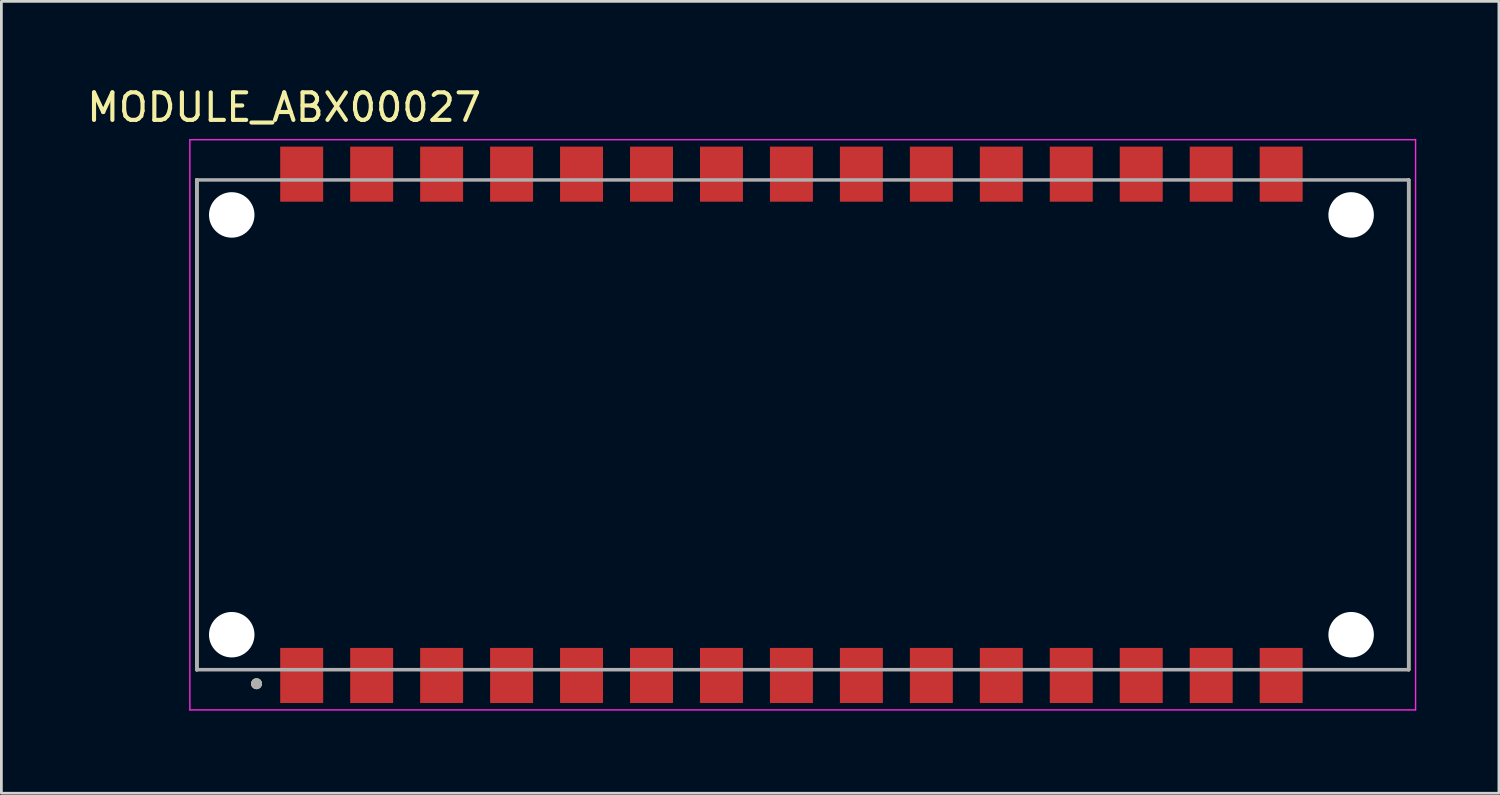
<source format=kicad_pcb>
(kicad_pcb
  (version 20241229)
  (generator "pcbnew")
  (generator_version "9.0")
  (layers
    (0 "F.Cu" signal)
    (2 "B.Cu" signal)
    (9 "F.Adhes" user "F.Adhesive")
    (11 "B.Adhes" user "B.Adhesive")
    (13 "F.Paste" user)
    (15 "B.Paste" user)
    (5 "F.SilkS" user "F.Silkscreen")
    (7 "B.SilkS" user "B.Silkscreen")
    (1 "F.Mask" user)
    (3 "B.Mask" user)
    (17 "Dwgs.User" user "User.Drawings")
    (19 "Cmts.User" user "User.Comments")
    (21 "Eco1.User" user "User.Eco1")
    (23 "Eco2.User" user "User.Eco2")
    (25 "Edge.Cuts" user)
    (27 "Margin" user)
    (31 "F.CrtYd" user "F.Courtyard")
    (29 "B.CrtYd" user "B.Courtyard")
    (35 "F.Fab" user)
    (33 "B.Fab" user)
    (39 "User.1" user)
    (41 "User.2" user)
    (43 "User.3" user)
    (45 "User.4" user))
  (footprint "MODULE_ABX00027"
    (layer "F.Cu")
    (at 26.093 12.373)
    (property "Reference" "MODULE_ABX00027" (at -18.825 -11.525 0) (layer "F.SilkS") (effects (font (size 1 1) (thickness 0.15))))
    (attr through_hole)
    (fp_line (start -22 -8.89) (end -22 8.89) (stroke (width 0.127) (type solid)) (layer "F.SilkS"))
    (fp_line (start 22 8.89) (end 22 -8.89) (stroke (width 0.127) (type solid)) (layer "F.SilkS"))
    (fp_circle (center -19.83 9.4) (end -19.73 9.4) (stroke (width 0.2) (type solid)) (fill no) (layer "F.SilkS"))
    (fp_line (start -22.25 -10.35) (end -22.25 10.35) (stroke (width 0.05) (type solid)) (layer "F.CrtYd"))
    (fp_line (start -22.25 10.35) (end 22.25 10.35) (stroke (width 0.05) (type solid)) (layer "F.CrtYd"))
    (fp_line (start 22.25 -10.35) (end -22.25 -10.35) (stroke (width 0.05) (type solid)) (layer "F.CrtYd"))
    (fp_line (start 22.25 10.35) (end 22.25 -10.35) (stroke (width 0.05) (type solid)) (layer "F.CrtYd"))
    (fp_line (start -22 -8.89) (end -22 8.89) (stroke (width 0.127) (type solid)) (layer "F.Fab"))
    (fp_line (start -22 -8.89) (end -22 8.89) (stroke (width 0.127) (type solid)) (layer "F.Fab"))
    (fp_line (start -22 8.89) (end 22 8.89) (stroke (width 0.127) (type solid)) (layer "F.Fab"))
    (fp_line (start 22 -8.89) (end -22 -8.89) (stroke (width 0.127) (type solid)) (layer "F.Fab"))
    (fp_line (start 22 8.89) (end 22 -8.89) (stroke (width 0.127) (type solid)) (layer "F.Fab"))
    (fp_circle (center -19.83 9.4) (end -19.73 9.4) (stroke (width 0.2) (type solid)) (fill no) (layer "F.Fab"))
    (pad "" np_thru_hole circle (at -20.73 -7.62) (size 1.651 1.651) (drill 1.651) (layers "*.Cu" "*.Mask"))
    (pad "" np_thru_hole circle (at -20.73 7.62) (size 1.651 1.651) (drill 1.651) (layers "*.Cu" "*.Mask"))
    (pad "" np_thru_hole circle (at 19.91 -7.62) (size 1.651 1.651) (drill 1.651) (layers "*.Cu" "*.Mask"))
    (pad "" np_thru_hole circle (at 19.91 7.62) (size 1.651 1.651) (drill 1.651) (layers "*.Cu" "*.Mask"))
    (pad "1" smd rect (at -18.19 9.1) (size 1.56 2) (layers "F.Cu" "F.Mask" "F.Paste"))
    (pad "2" smd rect (at -15.65 9.1) (size 1.56 2) (layers "F.Cu" "F.Mask" "F.Paste"))
    (pad "3" smd rect (at -13.11 9.1) (size 1.56 2) (layers "F.Cu" "F.Mask" "F.Paste"))
    (pad "4" smd rect (at -10.57 9.1) (size 1.56 2) (layers "F.Cu" "F.Mask" "F.Paste"))
    (pad "5" smd rect (at -8.03 9.1) (size 1.56 2) (layers "F.Cu" "F.Mask" "F.Paste"))
    (pad "6" smd rect (at -5.49 9.1) (size 1.56 2) (layers "F.Cu" "F.Mask" "F.Paste"))
    (pad "7" smd rect (at -2.95 9.1) (size 1.56 2) (layers "F.Cu" "F.Mask" "F.Paste"))
    (pad "8" smd rect (at -0.41 9.1) (size 1.56 2) (layers "F.Cu" "F.Mask" "F.Paste"))
    (pad "9" smd rect (at 2.13 9.1) (size 1.56 2) (layers "F.Cu" "F.Mask" "F.Paste"))
    (pad "10" smd rect (at 4.67 9.1) (size 1.56 2) (layers "F.Cu" "F.Mask" "F.Paste"))
    (pad "11" smd rect (at 7.21 9.1) (size 1.56 2) (layers "F.Cu" "F.Mask" "F.Paste"))
    (pad "12" smd rect (at 9.75 9.1) (size 1.56 2) (layers "F.Cu" "F.Mask" "F.Paste"))
    (pad "13" smd rect (at 12.29 9.1) (size 1.56 2) (layers "F.Cu" "F.Mask" "F.Paste"))
    (pad "14" smd rect (at 14.83 9.1) (size 1.56 2) (layers "F.Cu" "F.Mask" "F.Paste"))
    (pad "15" smd rect (at 17.37 9.1) (size 1.56 2) (layers "F.Cu" "F.Mask" "F.Paste"))
    (pad "16" smd rect (at 17.37 -9.1) (size 1.56 2) (layers "F.Cu" "F.Mask" "F.Paste"))
    (pad "17" smd rect (at 14.83 -9.1) (size 1.56 2) (layers "F.Cu" "F.Mask" "F.Paste"))
    (pad "18" smd rect (at 12.29 -9.1) (size 1.56 2) (layers "F.Cu" "F.Mask" "F.Paste"))
    (pad "19" smd rect (at 9.75 -9.1) (size 1.56 2) (layers "F.Cu" "F.Mask" "F.Paste"))
    (pad "20" smd rect (at 7.21 -9.1) (size 1.56 2) (layers "F.Cu" "F.Mask" "F.Paste"))
    (pad "21" smd rect (at 4.67 -9.1) (size 1.56 2) (layers "F.Cu" "F.Mask" "F.Paste"))
    (pad "22" smd rect (at 2.13 -9.1) (size 1.56 2) (layers "F.Cu" "F.Mask" "F.Paste"))
    (pad "23" smd rect (at -0.41 -9.1) (size 1.56 2) (layers "F.Cu" "F.Mask" "F.Paste"))
    (pad "24" smd rect (at -2.95 -9.1) (size 1.56 2) (layers "F.Cu" "F.Mask" "F.Paste"))
    (pad "25" smd rect (at -5.49 -9.1) (size 1.56 2) (layers "F.Cu" "F.Mask" "F.Paste"))
    (pad "26" smd rect (at -8.03 -9.1) (size 1.56 2) (layers "F.Cu" "F.Mask" "F.Paste"))
    (pad "27" smd rect (at -10.57 -9.1) (size 1.56 2) (layers "F.Cu" "F.Mask" "F.Paste"))
    (pad "28" smd rect (at -13.11 -9.1) (size 1.56 2) (layers "F.Cu" "F.Mask" "F.Paste"))
    (pad "29" smd rect (at -15.65 -9.1) (size 1.56 2) (layers "F.Cu" "F.Mask" "F.Paste"))
    (pad "30" smd rect (at -18.19 -9.1) (size 1.56 2) (layers "F.Cu" "F.Mask" "F.Paste")))
  (gr_rect
    (start -3 -3)
    (end 51.368 25.748)
    (stroke (width 0.1) (type default))
    (fill no)
    (layer "Edge.Cuts")))
</source>
